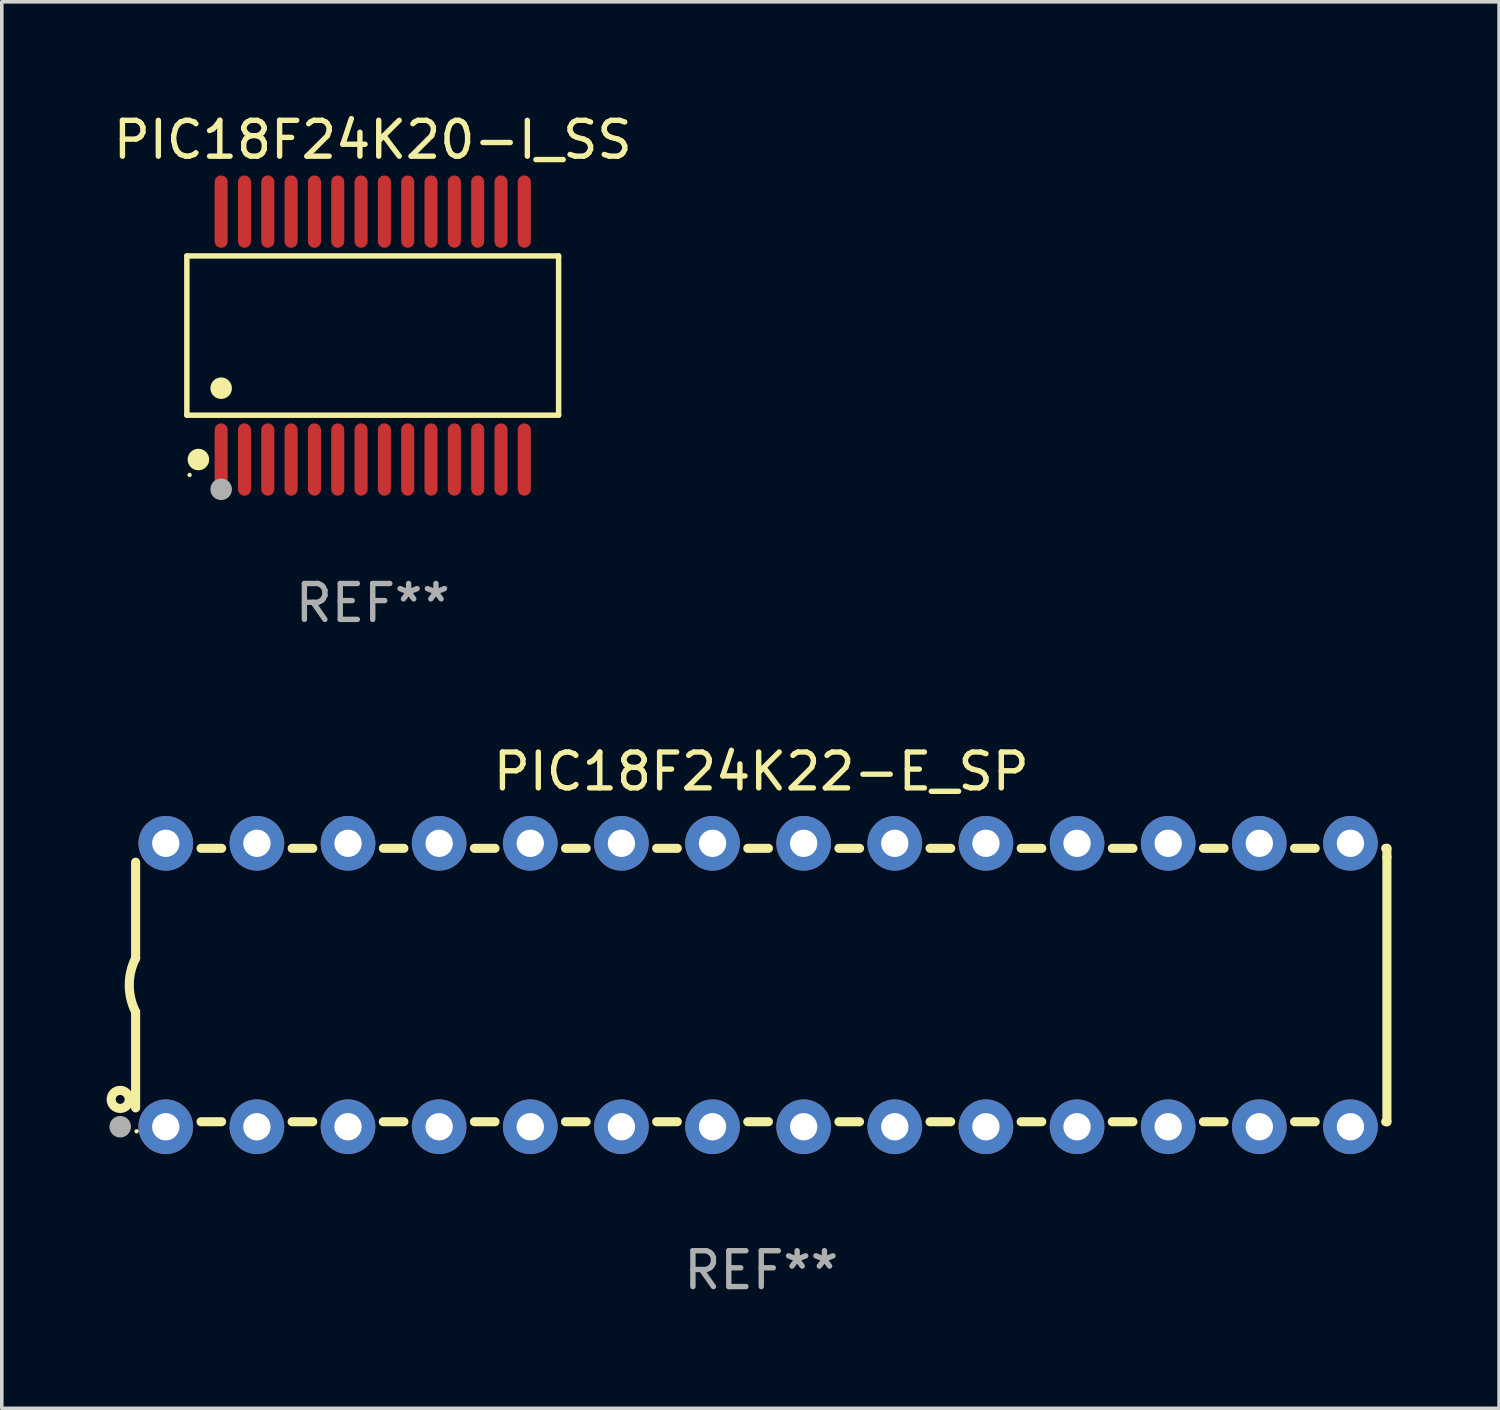
<source format=kicad_pcb>
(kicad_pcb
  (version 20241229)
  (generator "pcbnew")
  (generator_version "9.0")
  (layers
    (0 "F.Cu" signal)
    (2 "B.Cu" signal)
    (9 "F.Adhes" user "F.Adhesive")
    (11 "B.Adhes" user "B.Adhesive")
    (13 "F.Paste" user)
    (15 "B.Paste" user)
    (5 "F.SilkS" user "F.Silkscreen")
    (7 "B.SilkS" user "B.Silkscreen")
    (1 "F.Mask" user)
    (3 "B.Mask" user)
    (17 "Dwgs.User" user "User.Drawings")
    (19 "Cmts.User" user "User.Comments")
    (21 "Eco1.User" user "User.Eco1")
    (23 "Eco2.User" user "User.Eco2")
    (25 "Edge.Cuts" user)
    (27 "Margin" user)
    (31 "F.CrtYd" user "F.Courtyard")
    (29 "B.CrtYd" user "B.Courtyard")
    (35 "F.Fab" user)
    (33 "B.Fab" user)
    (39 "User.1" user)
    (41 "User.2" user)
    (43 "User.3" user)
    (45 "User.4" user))
  (footprint "PIC18F24K20-I_SS"
    (layer "F.Cu")
    (at 7.339 6.303)
    (property "Reference" "PIC18F24K20-I_SS" (at 0 -5.455 0) (layer "F.SilkS") (effects (font (size 1 1) (thickness 0.15))))
    (attr through_hole)
    (fp_line (start -5.181 -2.219) (end 5.181 -2.219) (stroke (width 0.152) (type solid)) (layer "F.SilkS"))
    (fp_line (start -5.181 2.219) (end -5.181 -2.219) (stroke (width 0.152) (type solid)) (layer "F.SilkS"))
    (fp_line (start 5.181 -2.219) (end 5.181 2.219) (stroke (width 0.152) (type solid)) (layer "F.SilkS"))
    (fp_line (start 5.181 2.219) (end -5.181 2.219) (stroke (width 0.152) (type solid)) (layer "F.SilkS"))
    (fp_circle (center -5.105 3.885) (end -5.075 3.885) (stroke (width 0.06) (type solid)) (fill no) (layer "F.SilkS"))
    (fp_circle (center -4.859 3.455) (end -4.709 3.455) (stroke (width 0.3) (type solid)) (fill no) (layer "F.SilkS"))
    (fp_circle (center -4.225 1.467) (end -4.075 1.467) (stroke (width 0.3) (type solid)) (fill no) (layer "F.SilkS"))
    (fp_circle (center -4.225 4.285) (end -4.075 4.285) (stroke (width 0.3) (type solid)) (fill no) (layer "F.Fab"))
    (fp_text user "REF**" (at 0 7.455 0) (layer "F.Fab") (effects (font (size 1 1) (thickness 0.15))))
    (pad "1" smd oval (at -4.225 3.455) (size 0.364 2.015) (layers "F.Cu" "F.Mask" "F.Paste"))
    (pad "2" smd oval (at -3.575 3.455) (size 0.364 2.015) (layers "F.Cu" "F.Mask" "F.Paste"))
    (pad "3" smd oval (at -2.925 3.455) (size 0.364 2.015) (layers "F.Cu" "F.Mask" "F.Paste"))
    (pad "4" smd oval (at -2.275 3.455) (size 0.364 2.015) (layers "F.Cu" "F.Mask" "F.Paste"))
    (pad "5" smd oval (at -1.625 3.455) (size 0.364 2.015) (layers "F.Cu" "F.Mask" "F.Paste"))
    (pad "6" smd oval (at -0.975 3.455) (size 0.364 2.015) (layers "F.Cu" "F.Mask" "F.Paste"))
    (pad "7" smd oval (at -0.325 3.455) (size 0.364 2.015) (layers "F.Cu" "F.Mask" "F.Paste"))
    (pad "8" smd oval (at 0.325 3.455) (size 0.364 2.015) (layers "F.Cu" "F.Mask" "F.Paste"))
    (pad "9" smd oval (at 0.975 3.455) (size 0.364 2.015) (layers "F.Cu" "F.Mask" "F.Paste"))
    (pad "10" smd oval (at 1.625 3.455) (size 0.364 2.015) (layers "F.Cu" "F.Mask" "F.Paste"))
    (pad "11" smd oval (at 2.275 3.455) (size 0.364 2.015) (layers "F.Cu" "F.Mask" "F.Paste"))
    (pad "12" smd oval (at 2.925 3.455) (size 0.364 2.015) (layers "F.Cu" "F.Mask" "F.Paste"))
    (pad "13" smd oval (at 3.575 3.455) (size 0.364 2.015) (layers "F.Cu" "F.Mask" "F.Paste"))
    (pad "14" smd oval (at 4.225 3.455) (size 0.364 2.015) (layers "F.Cu" "F.Mask" "F.Paste"))
    (pad "15" smd oval (at 4.225 -3.455) (size 0.364 2.015) (layers "F.Cu" "F.Mask" "F.Paste"))
    (pad "16" smd oval (at 3.575 -3.455) (size 0.364 2.015) (layers "F.Cu" "F.Mask" "F.Paste"))
    (pad "17" smd oval (at 2.925 -3.455) (size 0.364 2.015) (layers "F.Cu" "F.Mask" "F.Paste"))
    (pad "18" smd oval (at 2.275 -3.455) (size 0.364 2.015) (layers "F.Cu" "F.Mask" "F.Paste"))
    (pad "19" smd oval (at 1.625 -3.455) (size 0.364 2.015) (layers "F.Cu" "F.Mask" "F.Paste"))
    (pad "20" smd oval (at 0.975 -3.455) (size 0.364 2.015) (layers "F.Cu" "F.Mask" "F.Paste"))
    (pad "21" smd oval (at 0.325 -3.455) (size 0.364 2.015) (layers "F.Cu" "F.Mask" "F.Paste"))
    (pad "22" smd oval (at -0.325 -3.455) (size 0.364 2.015) (layers "F.Cu" "F.Mask" "F.Paste"))
    (pad "23" smd oval (at -0.975 -3.455) (size 0.364 2.015) (layers "F.Cu" "F.Mask" "F.Paste"))
    (pad "24" smd oval (at -1.625 -3.455) (size 0.364 2.015) (layers "F.Cu" "F.Mask" "F.Paste"))
    (pad "25" smd oval (at -2.275 -3.455) (size 0.364 2.015) (layers "F.Cu" "F.Mask" "F.Paste"))
    (pad "26" smd oval (at -2.925 -3.455) (size 0.364 2.015) (layers "F.Cu" "F.Mask" "F.Paste"))
    (pad "27" smd oval (at -3.575 -3.455) (size 0.364 2.015) (layers "F.Cu" "F.Mask" "F.Paste"))
    (pad "28" smd oval (at -4.225 -3.455) (size 0.364 2.015) (layers "F.Cu" "F.Mask" "F.Paste")))
  (footprint "PIC18F24K22-E_SP"
    (layer "F.Cu")
    (at 18.168 24.405)
    (property "Reference" "PIC18F24K22-E_SP" (at 0 -5.95 0) (layer "F.SilkS") (effects (font (size 1 1) (thickness 0.15))))
    (attr through_hole)
    (fp_line (start -17.438 0.75) (end -17.438 3.423) (stroke (width 0.254) (type solid)) (layer "F.SilkS"))
    (fp_line (start -17.438 -3.423) (end -17.438 -0.75) (stroke (width 0.254) (type solid)) (layer "F.SilkS"))
    (fp_line (start -15.615 3.81) (end -15.041 3.81) (stroke (width 0.254) (type solid)) (layer "F.SilkS"))
    (fp_line (start -15.041 -3.81) (end -15.614 -3.81) (stroke (width 0.254) (type solid)) (layer "F.SilkS"))
    (fp_line (start -13.075 3.81) (end -12.501 3.81) (stroke (width 0.254) (type solid)) (layer "F.SilkS"))
    (fp_line (start -12.501 -3.81) (end -13.074 -3.81) (stroke (width 0.254) (type solid)) (layer "F.SilkS"))
    (fp_line (start -10.535 3.81) (end -9.961 3.81) (stroke (width 0.254) (type solid)) (layer "F.SilkS"))
    (fp_line (start -9.961 -3.81) (end -10.534 -3.81) (stroke (width 0.254) (type solid)) (layer "F.SilkS"))
    (fp_line (start -7.995 3.81) (end -7.421 3.81) (stroke (width 0.254) (type solid)) (layer "F.SilkS"))
    (fp_line (start -7.421 -3.81) (end -7.995 -3.81) (stroke (width 0.254) (type solid)) (layer "F.SilkS"))
    (fp_line (start -5.455 3.81) (end -4.881 3.81) (stroke (width 0.254) (type solid)) (layer "F.SilkS"))
    (fp_line (start -4.881 -3.81) (end -5.455 -3.81) (stroke (width 0.254) (type solid)) (layer "F.SilkS"))
    (fp_line (start -2.915 3.81) (end -2.341 3.81) (stroke (width 0.254) (type solid)) (layer "F.SilkS"))
    (fp_line (start -2.341 -3.81) (end -2.915 -3.81) (stroke (width 0.254) (type solid)) (layer "F.SilkS"))
    (fp_line (start -0.375 3.81) (end 0.199 3.81) (stroke (width 0.254) (type solid)) (layer "F.SilkS"))
    (fp_line (start 0.199 -3.81) (end -0.375 -3.81) (stroke (width 0.254) (type solid)) (layer "F.SilkS"))
    (fp_line (start 2.165 3.81) (end 2.739 3.81) (stroke (width 0.254) (type solid)) (layer "F.SilkS"))
    (fp_line (start 2.739 -3.81) (end 2.165 -3.81) (stroke (width 0.254) (type solid)) (layer "F.SilkS"))
    (fp_line (start 4.705 3.81) (end 5.279 3.81) (stroke (width 0.254) (type solid)) (layer "F.SilkS"))
    (fp_line (start 5.279 -3.81) (end 4.705 -3.81) (stroke (width 0.254) (type solid)) (layer "F.SilkS"))
    (fp_line (start 7.245 3.81) (end 7.819 3.81) (stroke (width 0.254) (type solid)) (layer "F.SilkS"))
    (fp_line (start 7.819 -3.81) (end 7.245 -3.81) (stroke (width 0.254) (type solid)) (layer "F.SilkS"))
    (fp_line (start 9.785 3.81) (end 10.359 3.81) (stroke (width 0.254) (type solid)) (layer "F.SilkS"))
    (fp_line (start 10.359 -3.81) (end 9.785 -3.81) (stroke (width 0.254) (type solid)) (layer "F.SilkS"))
    (fp_line (start 12.325 3.81) (end 12.899 3.81) (stroke (width 0.254) (type solid)) (layer "F.SilkS"))
    (fp_line (start 12.899 -3.81) (end 12.325 -3.81) (stroke (width 0.254) (type solid)) (layer "F.SilkS"))
    (fp_line (start 14.865 3.81) (end 15.439 3.81) (stroke (width 0.254) (type solid)) (layer "F.SilkS"))
    (fp_line (start 15.439 -3.81) (end 14.865 -3.81) (stroke (width 0.254) (type solid)) (layer "F.SilkS"))
    (fp_line (start 17.405 3.81) (end 17.438 3.81) (stroke (width 0.254) (type solid)) (layer "F.SilkS"))
    (fp_line (start 17.438 -3.81) (end 17.405 -3.81) (stroke (width 0.254) (type solid)) (layer "F.SilkS"))
    (fp_line (start 17.438 -3.556) (end 17.438 -3.81) (stroke (width 0.254) (type solid)) (layer "F.SilkS"))
    (fp_line (start 17.438 3.81) (end 17.438 -3.556) (stroke (width 0.254) (type solid)) (layer "F.SilkS"))
    (fp_arc (start -17.437986 0.749657) (mid -17.614887 -0.000024) (end -17.437783 -0.749657) (stroke (width 0.254001) (type solid)) (layer "F.SilkS"))
    (fp_circle (center -17.868 3.188) (end -17.743 3.188) (stroke (width 0.254) (type solid)) (fill no) (layer "F.SilkS"))
    (fp_circle (center -17.411 4.077) (end -17.381 4.077) (stroke (width 0.06) (type solid)) (fill no) (layer "F.SilkS"))
    (fp_circle (center -17.868 3.95) (end -17.718 3.95) (stroke (width 0.3) (type solid)) (fill no) (layer "F.Fab"))
    (fp_text user "REF**" (at 0 7.95 0) (layer "F.Fab") (effects (font (size 1 1) (thickness 0.15))))
    (pad "1" thru_hole circle (at -16.598 3.95) (size 1.524 1.524) (drill 0.762) (layers "*.Cu" "*.Mask"))
    (pad "2" thru_hole circle (at -14.058 3.95) (size 1.524 1.524) (drill 0.762) (layers "*.Cu" "*.Mask"))
    (pad "3" thru_hole circle (at -11.518 3.95) (size 1.524 1.524) (drill 0.762) (layers "*.Cu" "*.Mask"))
    (pad "4" thru_hole circle (at -8.978 3.95) (size 1.524 1.524) (drill 0.762) (layers "*.Cu" "*.Mask"))
    (pad "5" thru_hole circle (at -6.438 3.95) (size 1.524 1.524) (drill 0.762) (layers "*.Cu" "*.Mask"))
    (pad "6" thru_hole circle (at -3.898 3.95) (size 1.524 1.524) (drill 0.762) (layers "*.Cu" "*.Mask"))
    (pad "7" thru_hole circle (at -1.358 3.95) (size 1.524 1.524) (drill 0.762) (layers "*.Cu" "*.Mask"))
    (pad "8" thru_hole circle (at 1.182 3.95) (size 1.524 1.524) (drill 0.762) (layers "*.Cu" "*.Mask"))
    (pad "9" thru_hole circle (at 3.722 3.95) (size 1.524 1.524) (drill 0.762) (layers "*.Cu" "*.Mask"))
    (pad "10" thru_hole circle (at 6.262 3.95) (size 1.524 1.524) (drill 0.762) (layers "*.Cu" "*.Mask"))
    (pad "11" thru_hole circle (at 8.802 3.95) (size 1.524 1.524) (drill 0.762) (layers "*.Cu" "*.Mask"))
    (pad "12" thru_hole circle (at 11.342 3.95) (size 1.524 1.524) (drill 0.762) (layers "*.Cu" "*.Mask"))
    (pad "13" thru_hole circle (at 13.882 3.95) (size 1.524 1.524) (drill 0.762) (layers "*.Cu" "*.Mask"))
    (pad "14" thru_hole circle (at 16.422 3.95) (size 1.524 1.524) (drill 0.762) (layers "*.Cu" "*.Mask"))
    (pad "15" thru_hole circle (at 16.422 -3.95) (size 1.524 1.524) (drill 0.762) (layers "*.Cu" "*.Mask"))
    (pad "16" thru_hole circle (at 13.882 -3.95) (size 1.524 1.524) (drill 0.762) (layers "*.Cu" "*.Mask"))
    (pad "17" thru_hole circle (at 11.342 -3.95) (size 1.524 1.524) (drill 0.762) (layers "*.Cu" "*.Mask"))
    (pad "18" thru_hole circle (at 8.802 -3.95) (size 1.524 1.524) (drill 0.762) (layers "*.Cu" "*.Mask"))
    (pad "19" thru_hole circle (at 6.262 -3.95) (size 1.524 1.524) (drill 0.762) (layers "*.Cu" "*.Mask"))
    (pad "20" thru_hole circle (at 3.722 -3.95) (size 1.524 1.524) (drill 0.762) (layers "*.Cu" "*.Mask"))
    (pad "21" thru_hole circle (at 1.182 -3.95) (size 1.524 1.524) (drill 0.762) (layers "*.Cu" "*.Mask"))
    (pad "22" thru_hole circle (at -1.358 -3.95) (size 1.524 1.524) (drill 0.762) (layers "*.Cu" "*.Mask"))
    (pad "23" thru_hole circle (at -3.898 -3.95) (size 1.524 1.524) (drill 0.762) (layers "*.Cu" "*.Mask"))
    (pad "24" thru_hole circle (at -6.438 -3.95) (size 1.524 1.524) (drill 0.762) (layers "*.Cu" "*.Mask"))
    (pad "25" thru_hole circle (at -8.978 -3.95) (size 1.524 1.524) (drill 0.762) (layers "*.Cu" "*.Mask"))
    (pad "26" thru_hole circle (at -11.517 -3.95) (size 1.524 1.524) (drill 0.762) (layers "*.Cu" "*.Mask"))
    (pad "27" thru_hole circle (at -14.057 -3.95) (size 1.524 1.524) (drill 0.762) (layers "*.Cu" "*.Mask"))
    (pad "28" thru_hole circle (at -16.597 -3.95) (size 1.524 1.524) (drill 0.762) (layers "*.Cu" "*.Mask")))
  (gr_rect
    (start -3 -3)
    (end 38.733 36.203)
    (stroke (width 0.1) (type default))
    (fill no)
    (layer "Edge.Cuts")))
</source>
